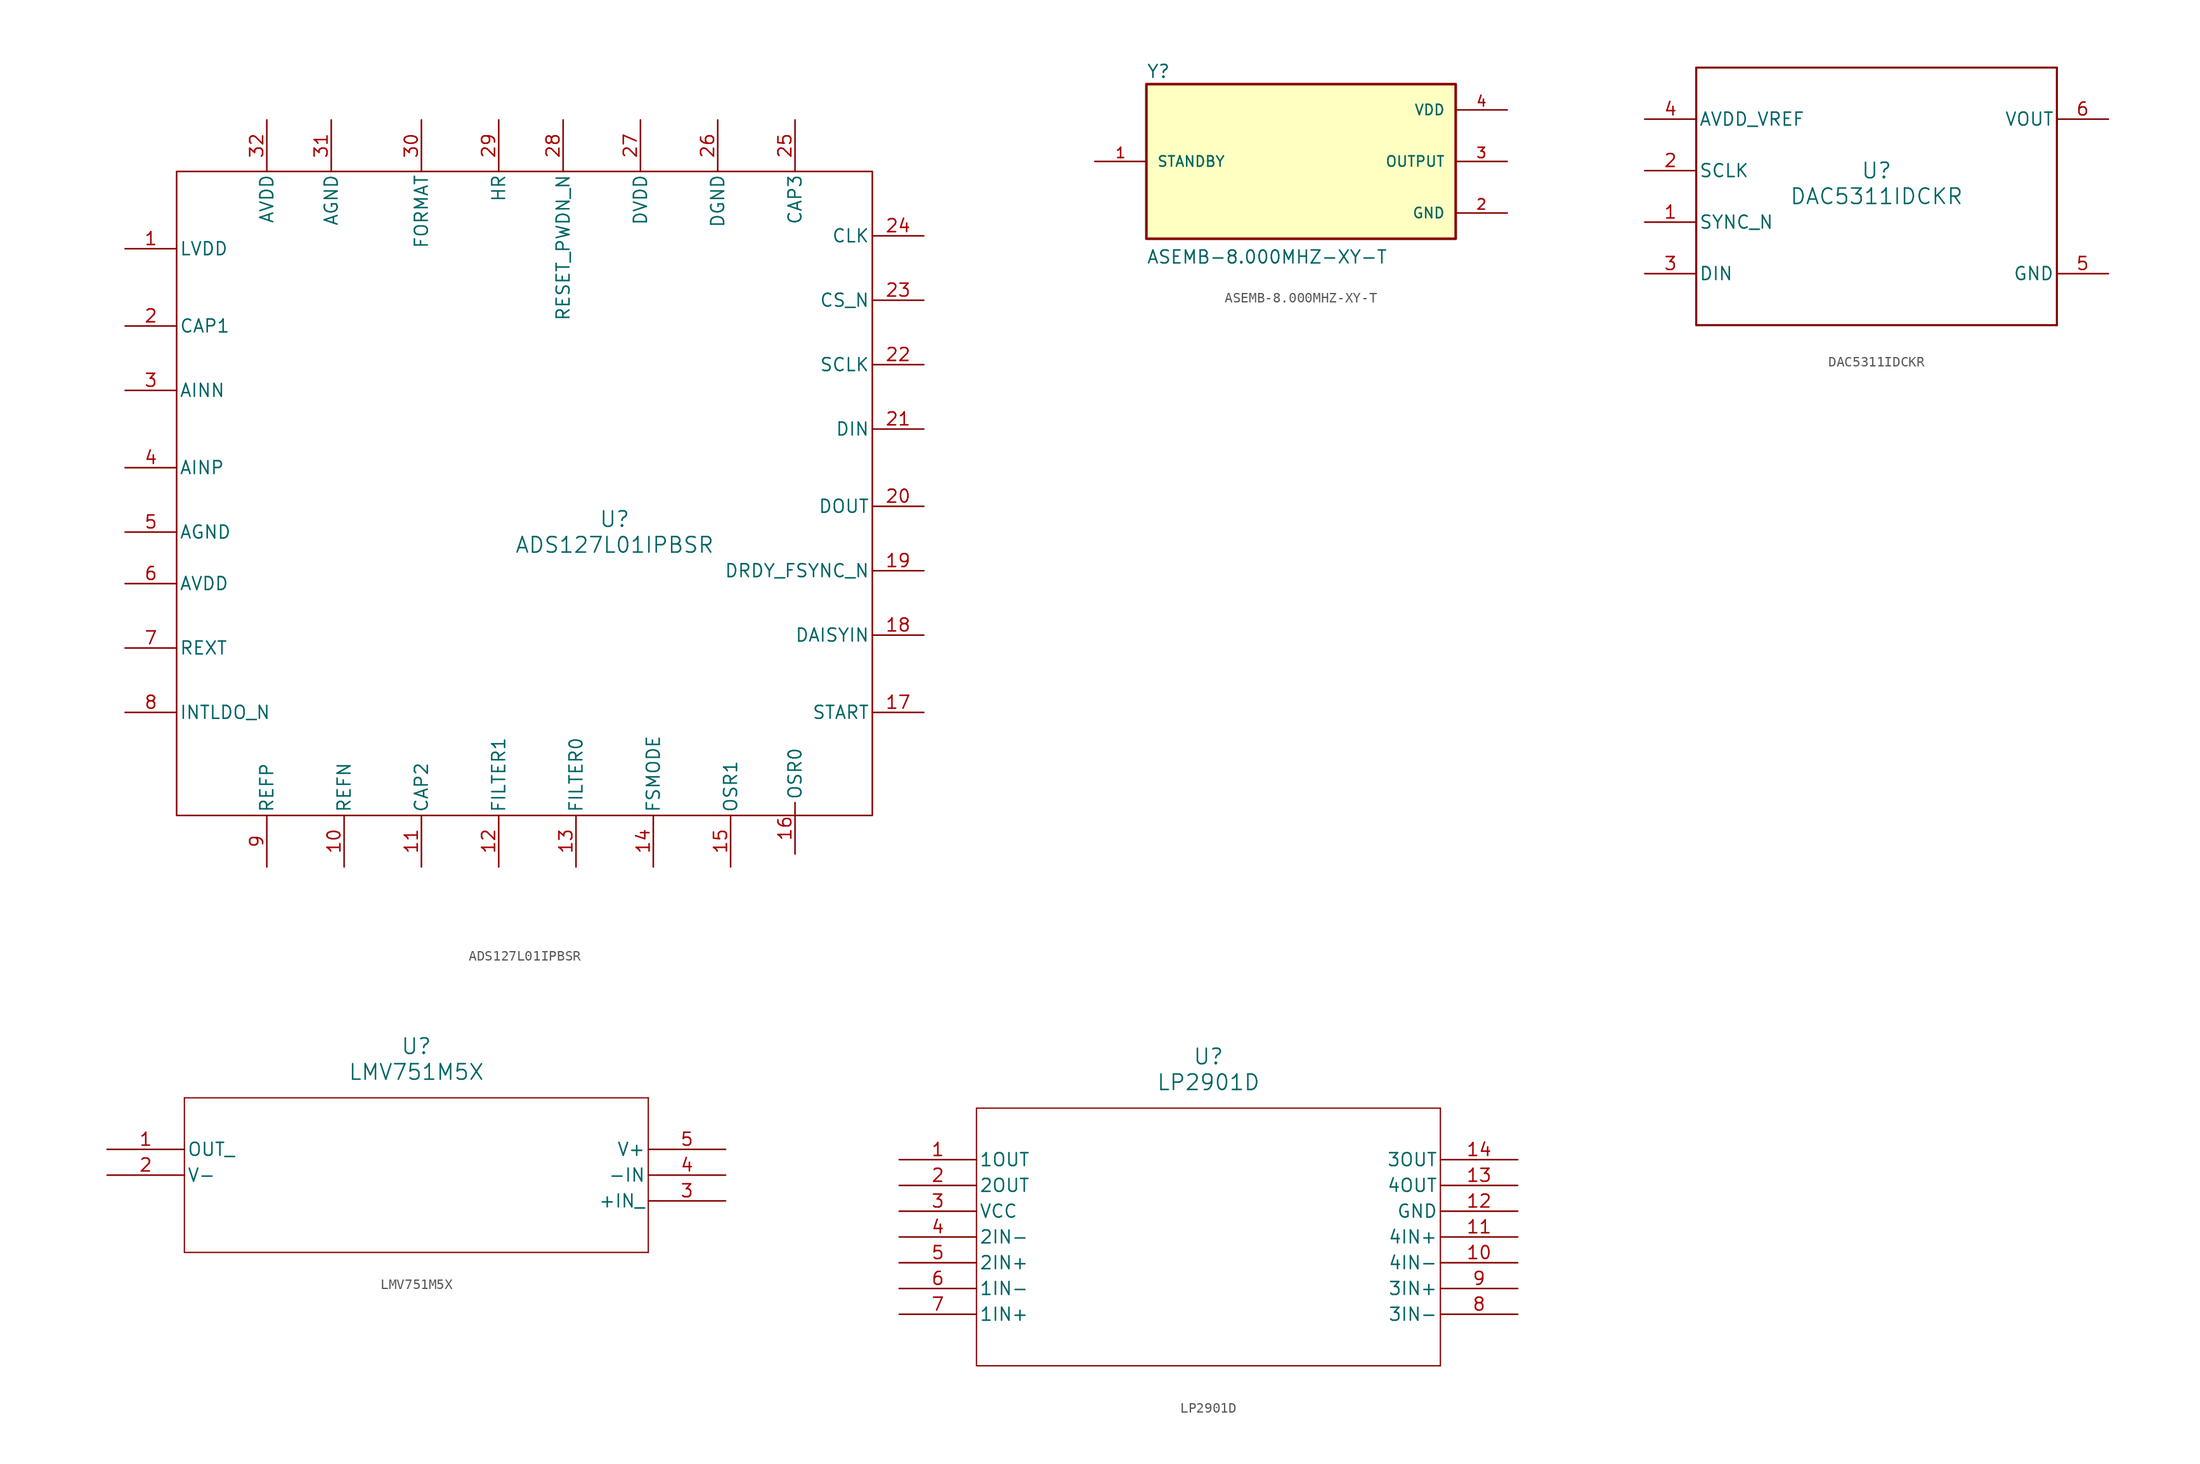
<source format=kicad_sym>
(kicad_symbol_lib
  (version 20231120)
  (generator "kicad_symbol_editor")
  (generator_version "8.0")
  (symbol "ADS127L01IPBSR"
    (pin_names
      (offset 0.254))
    (property "Reference" "U"
      (at 10.16 -5.08 0)
      (effects (font (size 1.524 1.524))))
    (property "Value" "ADS127L01IPBSR"
      (at 10.16 -7.62 0)
      (effects (font (size 1.524 1.524))))
    (property "ki_locked" ""
      (at 0 0 0)
      (effects (font (size 1.27 1.27))))
    (symbol "ADS127L01IPBSR_0_1"
      (rectangle (start -33.02 29.21) (end 35.56 -34.29) (stroke (width 0) (type default)) (fill (type none)))
      (pin power_in line (at -38.1 21.59 0) (length 5.08) (name "LVDD" (effects (font (size 1.27 1.27)))) (number "1" (effects (font (size 1.27 1.27)))))
      (pin input line (at -16.51 -39.37 90) (length 5.08) (name "REFN" (effects (font (size 1.27 1.27)))) (number "10" (effects (font (size 1.27 1.27)))))
      (pin unspecified line (at -8.89 -39.37 90) (length 5.08) (name "CAP2" (effects (font (size 1.27 1.27)))) (number "11" (effects (font (size 1.27 1.27)))))
      (pin input line (at -1.27 -39.37 90) (length 5.08) (name "FILTER1" (effects (font (size 1.27 1.27)))) (number "12" (effects (font (size 1.27 1.27)))))
      (pin input line (at 6.35 -39.37 90) (length 5.08) (name "FILTER0" (effects (font (size 1.27 1.27)))) (number "13" (effects (font (size 1.27 1.27)))))
      (pin input line (at 13.97 -39.37 90) (length 5.08) (name "FSMODE" (effects (font (size 1.27 1.27)))) (number "14" (effects (font (size 1.27 1.27)))))
      (pin input line (at 21.59 -39.37 90) (length 5.08) (name "OSR1" (effects (font (size 1.27 1.27)))) (number "15" (effects (font (size 1.27 1.27)))))
      (pin input line (at 27.94 -38.1 90) (length 5.08) (name "OSR0" (effects (font (size 1.27 1.27)))) (number "16" (effects (font (size 1.27 1.27)))))
      (pin input line (at 40.64 -24.13 180) (length 5.08) (name "START" (effects (font (size 1.27 1.27)))) (number "17" (effects (font (size 1.27 1.27)))))
      (pin input line (at 40.64 -16.51 180) (length 5.08) (name "DAISYIN" (effects (font (size 1.27 1.27)))) (number "18" (effects (font (size 1.27 1.27)))))
      (pin bidirectional line (at 40.64 -10.16 180) (length 5.08) (name "DRDY_FSYNC_N" (effects (font (size 1.27 1.27)))) (number "19" (effects (font (size 1.27 1.27)))))
      (pin unspecified line (at -38.1 13.97 0) (length 5.08) (name "CAP1" (effects (font (size 1.27 1.27)))) (number "2" (effects (font (size 1.27 1.27)))))
      (pin output line (at 40.64 -3.81 180) (length 5.08) (name "DOUT" (effects (font (size 1.27 1.27)))) (number "20" (effects (font (size 1.27 1.27)))))
      (pin input line (at 40.64 3.81 180) (length 5.08) (name "DIN" (effects (font (size 1.27 1.27)))) (number "21" (effects (font (size 1.27 1.27)))))
      (pin bidirectional line (at 40.64 10.16 180) (length 5.08) (name "SCLK" (effects (font (size 1.27 1.27)))) (number "22" (effects (font (size 1.27 1.27)))))
      (pin input line (at 40.64 16.51 180) (length 5.08) (name "CS_N" (effects (font (size 1.27 1.27)))) (number "23" (effects (font (size 1.27 1.27)))))
      (pin input line (at 40.64 22.86 180) (length 5.08) (name "CLK" (effects (font (size 1.27 1.27)))) (number "24" (effects (font (size 1.27 1.27)))))
      (pin power_in line (at 27.94 34.29 270) (length 5.08) (name "CAP3" (effects (font (size 1.27 1.27)))) (number "25" (effects (font (size 1.27 1.27)))))
      (pin power_in line (at 20.32 34.29 270) (length 5.08) (name "DGND" (effects (font (size 1.27 1.27)))) (number "26" (effects (font (size 1.27 1.27)))))
      (pin power_in line (at 12.7 34.29 270) (length 5.08) (name "DVDD" (effects (font (size 1.27 1.27)))) (number "27" (effects (font (size 1.27 1.27)))))
      (pin input line (at 5.08 34.29 270) (length 5.08) (name "RESET_PWDN_N" (effects (font (size 1.27 1.27)))) (number "28" (effects (font (size 1.27 1.27)))))
      (pin input line (at -1.27 34.29 270) (length 5.08) (name "HR" (effects (font (size 1.27 1.27)))) (number "29" (effects (font (size 1.27 1.27)))))
      (pin input line (at -38.1 7.62 0) (length 5.08) (name "AINN" (effects (font (size 1.27 1.27)))) (number "3" (effects (font (size 1.27 1.27)))))
      (pin input line (at -8.89 34.29 270) (length 5.08) (name "FORMAT" (effects (font (size 1.27 1.27)))) (number "30" (effects (font (size 1.27 1.27)))))
      (pin power_in line (at -17.78 34.29 270) (length 5.08) (name "AGND" (effects (font (size 1.27 1.27)))) (number "31" (effects (font (size 1.27 1.27)))))
      (pin power_in line (at -24.13 34.29 270) (length 5.08) (name "AVDD" (effects (font (size 1.27 1.27)))) (number "32" (effects (font (size 1.27 1.27)))))
      (pin input line (at -38.1 0 0) (length 5.08) (name "AINP" (effects (font (size 1.27 1.27)))) (number "4" (effects (font (size 1.27 1.27)))))
      (pin power_in line (at -38.1 -6.35 0) (length 5.08) (name "AGND" (effects (font (size 1.27 1.27)))) (number "5" (effects (font (size 1.27 1.27)))))
      (pin power_in line (at -38.1 -11.43 0) (length 5.08) (name "AVDD" (effects (font (size 1.27 1.27)))) (number "6" (effects (font (size 1.27 1.27)))))
      (pin input line (at -38.1 -17.78 0) (length 5.08) (name "REXT" (effects (font (size 1.27 1.27)))) (number "7" (effects (font (size 1.27 1.27)))))
      (pin input line (at -38.1 -24.13 0) (length 5.08) (name "INTLDO_N" (effects (font (size 1.27 1.27)))) (number "8" (effects (font (size 1.27 1.27)))))
      (pin input line (at -24.13 -39.37 90) (length 5.08) (name "REFP" (effects (font (size 1.27 1.27)))) (number "9" (effects (font (size 1.27 1.27)))))))
  (symbol "ASEMB-8.000MHZ-XY-T"
    (pin_names
      (offset 1.016))
    (property "Reference" "Y"
      (at -15.24 8.128 0)
      (effects (font (size 1.27 1.27)) (justify left bottom)))
    (property "Value" "ASEMB-8.000MHZ-XY-T"
      (at -15.24 -10.16 0)
      (effects (font (size 1.27 1.27)) (justify left bottom)))
    (symbol "ASEMB-8.000MHZ-XY-T_0_0"
      (rectangle (start -15.24 -7.62) (end 15.24 7.62) (stroke (width 0.254) (type default)) (fill (type background)))
      (pin passive line (at -20.32 0 0) (length 5.08) (name "STANDBY" (effects (font (size 1.016 1.016)))) (number "1" (effects (font (size 1.016 1.016)))))
      (pin power_in line (at 20.32 -5.08 180) (length 5.08) (name "GND" (effects (font (size 1.016 1.016)))) (number "2" (effects (font (size 1.016 1.016)))))
      (pin output line (at 20.32 0 180) (length 5.08) (name "OUTPUT" (effects (font (size 1.016 1.016)))) (number "3" (effects (font (size 1.016 1.016)))))
      (pin power_in line (at 20.32 5.08 180) (length 5.08) (name "VDD" (effects (font (size 1.016 1.016)))) (number "4" (effects (font (size 1.016 1.016)))))))
  (symbol "DAC5311IDCKR"
    (pin_names
      (offset 0.254))
    (property "Reference" "U"
      (at 0 2.54 0)
      (effects (font (size 1.524 1.524))))
    (property "Value" "DAC5311IDCKR"
      (at 0 0 0)
      (effects (font (size 1.524 1.524))))
    (property "ki_locked" ""
      (at 0 0 0)
      (effects (font (size 1.27 1.27))))
    (symbol "DAC5311IDCKR_0_1"
      (polyline (pts (xy -17.78 -12.7) (xy 17.78 -12.7)) (stroke (width 0.203) (type default)) (fill (type none)))
      (polyline (pts (xy -17.78 12.7) (xy -17.78 -12.7)) (stroke (width 0.203) (type default)) (fill (type none)))
      (polyline (pts (xy 17.78 -12.7) (xy 17.78 12.7)) (stroke (width 0.203) (type default)) (fill (type none)))
      (polyline (pts (xy 17.78 12.7) (xy -17.78 12.7)) (stroke (width 0.203) (type default)) (fill (type none)))
      (pin input line (at -22.86 -2.54 0) (length 5.08) (name "SYNC_N" (effects (font (size 1.27 1.27)))) (number "1" (effects (font (size 1.27 1.27)))))
      (pin input line (at -22.86 2.54 0) (length 5.08) (name "SCLK" (effects (font (size 1.27 1.27)))) (number "2" (effects (font (size 1.27 1.27)))))
      (pin input line (at -22.86 -7.62 0) (length 5.08) (name "DIN" (effects (font (size 1.27 1.27)))) (number "3" (effects (font (size 1.27 1.27)))))
      (pin power_in line (at -22.86 7.62 0) (length 5.08) (name "AVDD_VREF" (effects (font (size 1.27 1.27)))) (number "4" (effects (font (size 1.27 1.27)))))
      (pin power_in line (at 22.86 -7.62 180) (length 5.08) (name "GND" (effects (font (size 1.27 1.27)))) (number "5" (effects (font (size 1.27 1.27)))))
      (pin output line (at 22.86 7.62 180) (length 5.08) (name "VOUT" (effects (font (size 1.27 1.27)))) (number "6" (effects (font (size 1.27 1.27)))))))
  (symbol "LMV751M5X"
    (pin_names
      (offset 0.254))
    (property "Reference" "U"
      (at 30.48 10.16 0)
      (effects (font (size 1.524 1.524))))
    (property "Value" "LMV751M5X"
      (at 30.48 7.62 0)
      (effects (font (size 1.524 1.524))))
    (property "ki_locked" ""
      (at 0 0 0)
      (effects (font (size 1.27 1.27))))
    (symbol "LMV751M5X_0_1"
      (polyline (pts (xy 7.62 -10.16) (xy 53.34 -10.16)) (stroke (width 0.127) (type default)) (fill (type none)))
      (polyline (pts (xy 7.62 5.08) (xy 7.62 -10.16)) (stroke (width 0.127) (type default)) (fill (type none)))
      (polyline (pts (xy 53.34 -10.16) (xy 53.34 5.08)) (stroke (width 0.127) (type default)) (fill (type none)))
      (polyline (pts (xy 53.34 5.08) (xy 7.62 5.08)) (stroke (width 0.127) (type default)) (fill (type none)))
      (pin output line (at 0 0 0) (length 7.62) (name "OUT_" (effects (font (size 1.27 1.27)))) (number "1" (effects (font (size 1.27 1.27)))))
      (pin passive line (at 0 -2.54 0) (length 7.62) (name "V-" (effects (font (size 1.27 1.27)))) (number "2" (effects (font (size 1.27 1.27)))))
      (pin input line (at 60.96 -5.08 180) (length 7.62) (name "+IN_" (effects (font (size 1.27 1.27)))) (number "3" (effects (font (size 1.27 1.27)))))
      (pin input line (at 60.96 -2.54 180) (length 7.62) (name "-IN" (effects (font (size 1.27 1.27)))) (number "4" (effects (font (size 1.27 1.27)))))
      (pin passive line (at 60.96 0 180) (length 7.62) (name "V+" (effects (font (size 1.27 1.27)))) (number "5" (effects (font (size 1.27 1.27)))))))
  (symbol "LP2901D"
    (pin_names
      (offset 0.254))
    (property "Reference" "U"
      (at 30.48 10.16 0)
      (effects (font (size 1.524 1.524))))
    (property "Value" "LP2901D"
      (at 30.48 7.62 0)
      (effects (font (size 1.524 1.524))))
    (property "ki_locked" ""
      (at 0 0 0)
      (effects (font (size 1.27 1.27))))
    (symbol "LP2901D_0_1"
      (polyline (pts (xy 7.62 -20.32) (xy 53.34 -20.32)) (stroke (width 0.127) (type default)) (fill (type none)))
      (polyline (pts (xy 7.62 5.08) (xy 7.62 -20.32)) (stroke (width 0.127) (type default)) (fill (type none)))
      (polyline (pts (xy 53.34 -20.32) (xy 53.34 5.08)) (stroke (width 0.127) (type default)) (fill (type none)))
      (polyline (pts (xy 53.34 5.08) (xy 7.62 5.08)) (stroke (width 0.127) (type default)) (fill (type none)))
      (pin output line (at 0 0 0) (length 7.62) (name "1OUT" (effects (font (size 1.27 1.27)))) (number "1" (effects (font (size 1.27 1.27)))))
      (pin input line (at 60.96 -10.16 180) (length 7.62) (name "4IN-" (effects (font (size 1.27 1.27)))) (number "10" (effects (font (size 1.27 1.27)))))
      (pin input line (at 60.96 -7.62 180) (length 7.62) (name "4IN+" (effects (font (size 1.27 1.27)))) (number "11" (effects (font (size 1.27 1.27)))))
      (pin power_in line (at 60.96 -5.08 180) (length 7.62) (name "GND" (effects (font (size 1.27 1.27)))) (number "12" (effects (font (size 1.27 1.27)))))
      (pin output line (at 60.96 -2.54 180) (length 7.62) (name "4OUT" (effects (font (size 1.27 1.27)))) (number "13" (effects (font (size 1.27 1.27)))))
      (pin output line (at 60.96 0 180) (length 7.62) (name "3OUT" (effects (font (size 1.27 1.27)))) (number "14" (effects (font (size 1.27 1.27)))))
      (pin output line (at 0 -2.54 0) (length 7.62) (name "2OUT" (effects (font (size 1.27 1.27)))) (number "2" (effects (font (size 1.27 1.27)))))
      (pin power_in line (at 0 -5.08 0) (length 7.62) (name "VCC" (effects (font (size 1.27 1.27)))) (number "3" (effects (font (size 1.27 1.27)))))
      (pin input line (at 0 -7.62 0) (length 7.62) (name "2IN-" (effects (font (size 1.27 1.27)))) (number "4" (effects (font (size 1.27 1.27)))))
      (pin input line (at 0 -10.16 0) (length 7.62) (name "2IN+" (effects (font (size 1.27 1.27)))) (number "5" (effects (font (size 1.27 1.27)))))
      (pin input line (at 0 -12.7 0) (length 7.62) (name "1IN-" (effects (font (size 1.27 1.27)))) (number "6" (effects (font (size 1.27 1.27)))))
      (pin input line (at 0 -15.24 0) (length 7.62) (name "1IN+" (effects (font (size 1.27 1.27)))) (number "7" (effects (font (size 1.27 1.27)))))
      (pin input line (at 60.96 -15.24 180) (length 7.62) (name "3IN-" (effects (font (size 1.27 1.27)))) (number "8" (effects (font (size 1.27 1.27)))))
      (pin input line (at 60.96 -12.7 180) (length 7.62) (name "3IN+" (effects (font (size 1.27 1.27)))) (number "9" (effects (font (size 1.27 1.27))))))))
</source>
